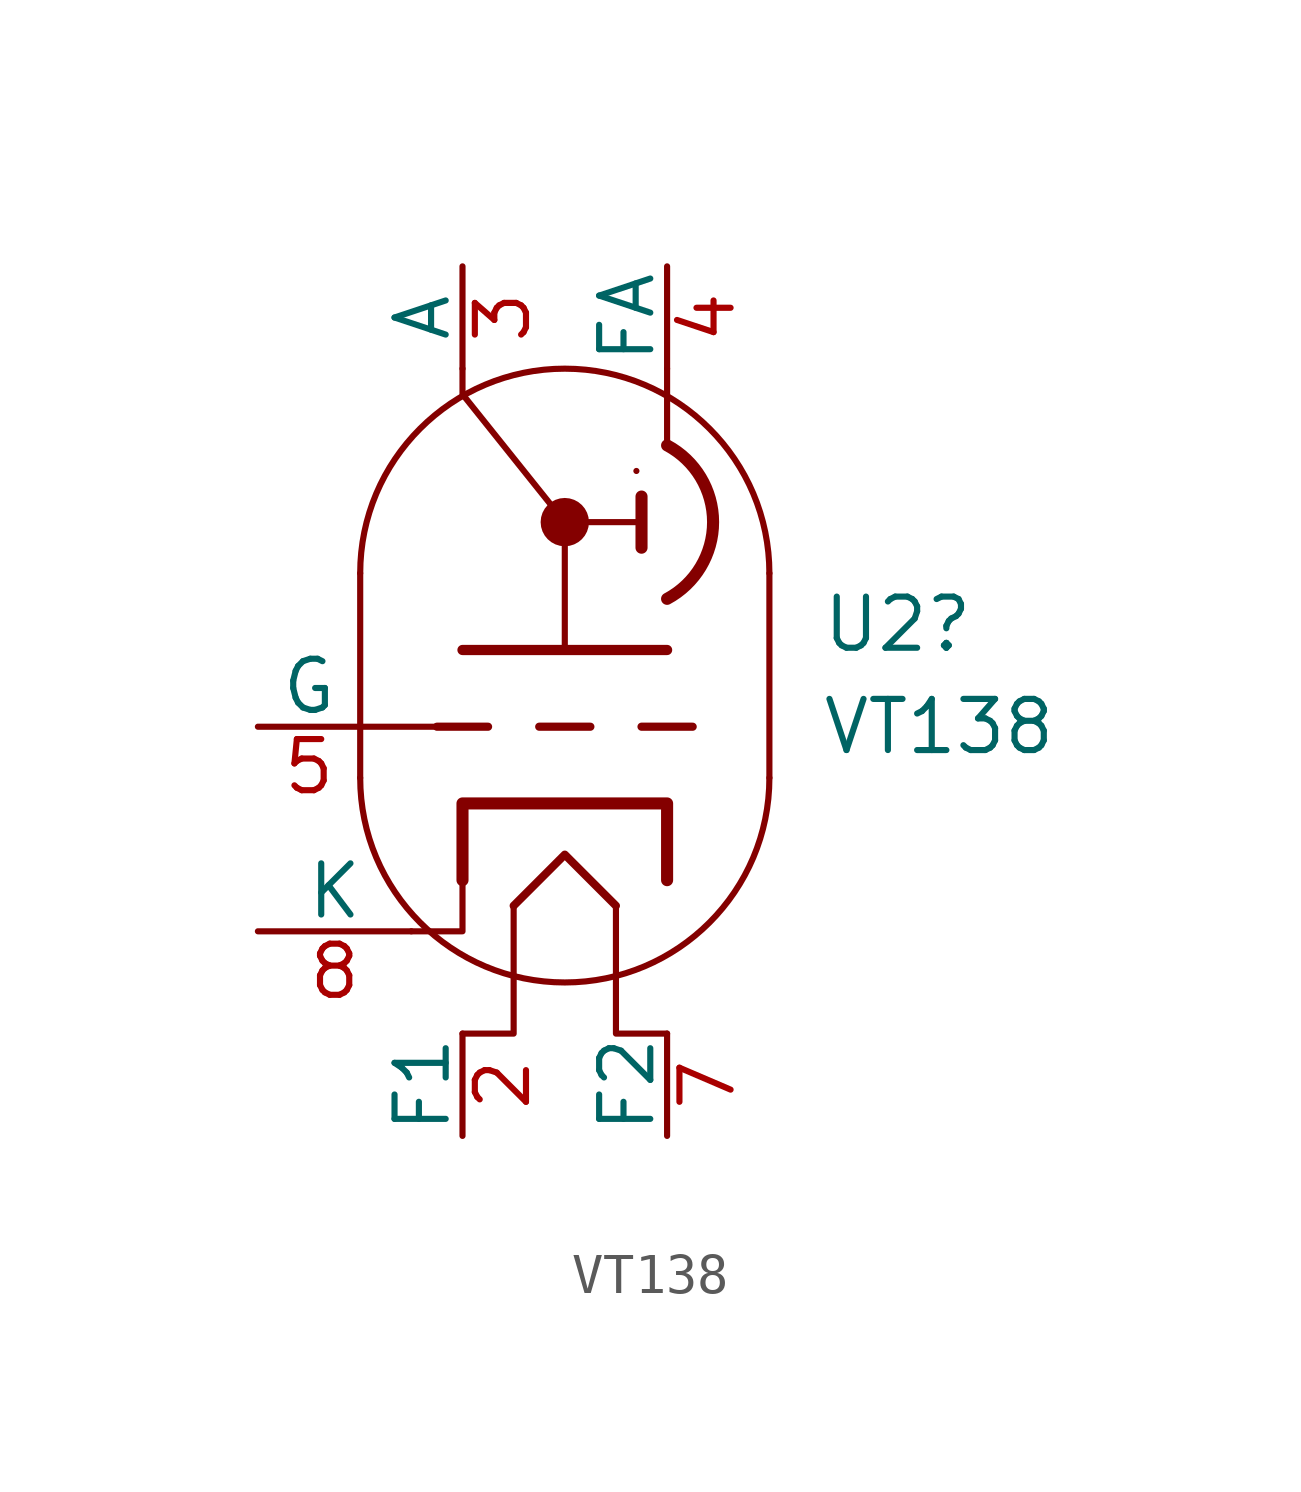
<source format=kicad_sym>
(kicad_symbol_lib
  (version 20231120)
  (generator "kicad_symbol_editor")
  (generator_version "8.0")
  (symbol "VT138"
    (pin_names
      (offset 0))
    (property "Reference" "U2"
      (at 6.35 1.27 0)
      (effects (font (size 1.27 1.27)) (justify left)))
    (property "Value" "VT138"
      (at 6.35 -1.27 0)
      (effects (font (size 1.27 1.27)) (justify left)))
    (symbol "VT138_0_1"
      (arc (start -5.08 -2.54) (mid 0 -7.5979) (end 5.08 -2.54) (stroke (width 0) (type default)) (fill (type none)))
      (polyline (pts (xy 5.08 2.54) (xy 5.08 -2.54)) (stroke (width 0) (type default)) (fill (type none)))
      (polyline (pts (xy -5.08 2.54) (xy -5.08 -2.54) (xy -5.08 -2.54)) (stroke (width 0) (type default)) (fill (type none)))
      (arc (start 5.08 2.54) (mid 0 7.5979) (end -5.08 2.54) (stroke (width 0) (type default)) (fill (type none))))
    (symbol "VT138_1_0"
      (polyline (pts (xy -0.635 -1.27) (xy 0.635 -1.27)) (stroke (width 0.203) (type default)) (fill (type none)))
      (polyline (pts (xy 1.905 -1.27) (xy 3.175 -1.27)) (stroke (width 0.203) (type default)) (fill (type none))))
    (symbol "VT138_1_1"
      (polyline (pts (xy -5.08 -1.27) (xy -3.175 -1.27)) (stroke (width 0) (type default)) (fill (type none)))
      (polyline (pts (xy -1.905 -1.27) (xy -3.175 -1.27)) (stroke (width 0.203) (type default)) (fill (type none)))
      (polyline (pts (xy 0 0.635) (xy 0 3.81)) (stroke (width 0) (type default)) (fill (type none)))
      (polyline (pts (xy 1.778 5.08) (xy 1.778 5.08)) (stroke (width 0) (type default)) (fill (type none)))
      (polyline (pts (xy 1.905 3.81) (xy 0 3.81)) (stroke (width 0) (type default)) (fill (type none)))
      (polyline (pts (xy 1.905 4.445) (xy 1.905 3.175)) (stroke (width 0.3) (type default)) (fill (type none)))
      (polyline (pts (xy 2.54 7.62) (xy 2.54 5.715)) (stroke (width 0) (type default)) (fill (type none)))
      (polyline (pts (xy -3.81 -6.35) (xy -2.54 -6.35) (xy -2.54 -5.08)) (stroke (width 0) (type default)) (fill (type none)))
      (polyline (pts (xy -2.54 -8.89) (xy -1.27 -8.89) (xy -1.27 -5.715)) (stroke (width 0) (type default)) (fill (type none)))
      (polyline (pts (xy -2.54 0.635) (xy 2.54 0.635) (xy 2.54 0.635)) (stroke (width 0.254) (type default)) (fill (type none)))
      (polyline (pts (xy -1.27 -5.715) (xy 0 -4.445) (xy 1.27 -5.715)) (stroke (width 0.2) (type default)) (fill (type none)))
      (polyline (pts (xy 0 3.81) (xy -2.54 6.985) (xy -2.54 7.62)) (stroke (width 0) (type default)) (fill (type none)))
      (polyline (pts (xy 2.54 -8.89) (xy 1.27 -8.89) (xy 1.27 -5.715)) (stroke (width 0) (type default)) (fill (type none)))
      (polyline (pts (xy -2.54 -5.08) (xy -2.54 -3.175) (xy 2.54 -3.175) (xy 2.54 -5.08)) (stroke (width 0.3) (type default)) (fill (type none)))
      (circle (center 0 3.81) (radius 0.0001) (stroke (width 0.6) (type default)) (fill (type none)))
      (arc (start 2.54 1.905) (mid 3.6821 3.81) (end 2.54 5.715) (stroke (width 0.3) (type default)) (fill (type none)))
      (pin input line (at -2.54 -11.43 90) (length 2.54) (name "F1" (effects (font (size 1.27 1.27)))) (number "2" (effects (font (size 1.27 1.27)))))
      (pin output line (at -2.54 10.16 270) (length 2.54) (name "A" (effects (font (size 1.27 1.27)))) (number "3" (effects (font (size 1.27 1.27)))))
      (pin output line (at 2.54 10.16 270) (length 2.54) (name "FA" (effects (font (size 1.27 1.27)))) (number "4" (effects (font (size 1.27 1.27)))))
      (pin input line (at -7.62 -1.27 0) (length 2.54) (name "G" (effects (font (size 1.27 1.27)))) (number "5" (effects (font (size 1.27 1.27)))))
      (pin input line (at 2.54 -11.43 90) (length 2.54) (name "F2" (effects (font (size 1.27 1.27)))) (number "7" (effects (font (size 1.27 1.27)))))
      (pin power_in line (at -7.62 -6.35 0) (length 3.81) (name "K" (effects (font (size 1.27 1.27)))) (number "8" (effects (font (size 1.27 1.27))))))))
</source>
